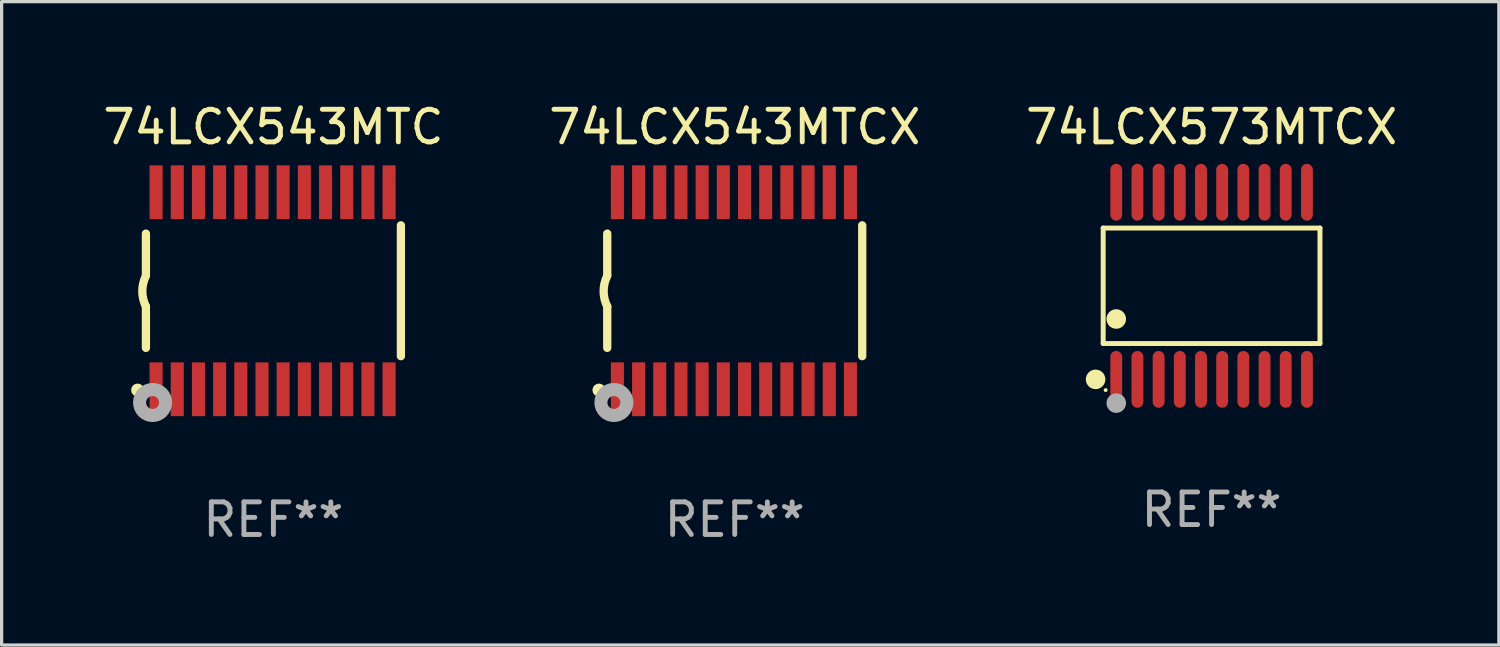
<source format=kicad_pcb>
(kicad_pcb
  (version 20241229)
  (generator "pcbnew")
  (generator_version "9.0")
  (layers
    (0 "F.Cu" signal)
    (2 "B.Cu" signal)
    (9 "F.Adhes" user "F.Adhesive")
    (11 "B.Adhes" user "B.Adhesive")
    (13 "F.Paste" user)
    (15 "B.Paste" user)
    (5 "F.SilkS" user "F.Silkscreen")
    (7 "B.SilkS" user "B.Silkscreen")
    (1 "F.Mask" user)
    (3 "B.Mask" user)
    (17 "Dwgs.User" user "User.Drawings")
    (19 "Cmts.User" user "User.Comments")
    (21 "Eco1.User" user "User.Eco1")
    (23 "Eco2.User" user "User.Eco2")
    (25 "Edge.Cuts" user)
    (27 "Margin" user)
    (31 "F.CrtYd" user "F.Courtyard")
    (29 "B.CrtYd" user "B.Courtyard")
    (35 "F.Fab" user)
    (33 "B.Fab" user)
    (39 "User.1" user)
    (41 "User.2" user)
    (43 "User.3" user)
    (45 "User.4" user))
  (footprint "74LCX543MTC"
    (layer "F.Cu")
    (at 5.339 5.871)
    (property "Reference" "74LCX543MTC" (at 0 -5.023 0) (layer "F.SilkS") (effects (font (size 1 1) (thickness 0.15))))
    (attr through_hole)
    (fp_line (start -3.912 -0.483) (end -3.912 -1.753) (stroke (width 0.254) (type solid)) (layer "F.SilkS"))
    (fp_line (start -3.912 1.753) (end -3.912 0.483) (stroke (width 0.254) (type solid)) (layer "F.SilkS"))
    (fp_line (start 3.912 -2.007) (end 3.912 2.007) (stroke (width 0.254) (type solid)) (layer "F.SilkS"))
    (fp_arc (start -3.911608 0.482601) (mid -4.022537 0.0127) (end -3.911608 -0.457201) (stroke (width 0.254001) (type solid)) (layer "F.SilkS"))
    (fp_circle (center -4.166 3.048) (end -4.066 3.048) (stroke (width 0.2) (type solid)) (fill no) (layer "F.SilkS"))
    (fp_circle (center -3.925 3.186) (end -3.895 3.186) (stroke (width 0.06) (type solid)) (fill no) (layer "F.SilkS"))
    (fp_circle (center -3.708 3.429) (end -3.509 3.429) (stroke (width 0.4) (type solid)) (fill no) (layer "F.Fab"))
    (fp_text user "REF**" (at 0 7.023 0) (layer "F.Fab") (effects (font (size 1 1) (thickness 0.15))))
    (pad "1" smd rect (at -3.6 3.023) (size 0.4 1.65) (layers "F.Cu" "F.Mask" "F.Paste"))
    (pad "2" smd rect (at -2.95 3.023) (size 0.4 1.65) (layers "F.Cu" "F.Mask" "F.Paste"))
    (pad "3" smd rect (at -2.3 3.023) (size 0.4 1.65) (layers "F.Cu" "F.Mask" "F.Paste"))
    (pad "4" smd rect (at -1.65 3.023) (size 0.4 1.65) (layers "F.Cu" "F.Mask" "F.Paste"))
    (pad "5" smd rect (at -1 3.023) (size 0.4 1.65) (layers "F.Cu" "F.Mask" "F.Paste"))
    (pad "6" smd rect (at -0.35 3.023) (size 0.4 1.65) (layers "F.Cu" "F.Mask" "F.Paste"))
    (pad "7" smd rect (at 0.299 3.023) (size 0.4 1.65) (layers "F.Cu" "F.Mask" "F.Paste"))
    (pad "8" smd rect (at 0.95 3.023) (size 0.4 1.65) (layers "F.Cu" "F.Mask" "F.Paste"))
    (pad "9" smd rect (at 1.6 3.023) (size 0.4 1.65) (layers "F.Cu" "F.Mask" "F.Paste"))
    (pad "10" smd rect (at 2.25 3.023) (size 0.4 1.65) (layers "F.Cu" "F.Mask" "F.Paste"))
    (pad "11" smd rect (at 2.9 3.023) (size 0.4 1.65) (layers "F.Cu" "F.Mask" "F.Paste"))
    (pad "12" smd rect (at 3.549 3.023) (size 0.4 1.65) (layers "F.Cu" "F.Mask" "F.Paste"))
    (pad "13" smd rect (at 3.549 -3.023) (size 0.4 1.65) (layers "F.Cu" "F.Mask" "F.Paste"))
    (pad "14" smd rect (at 2.9 -3.023) (size 0.4 1.65) (layers "F.Cu" "F.Mask" "F.Paste"))
    (pad "15" smd rect (at 2.25 -3.023) (size 0.4 1.65) (layers "F.Cu" "F.Mask" "F.Paste"))
    (pad "16" smd rect (at 1.6 -3.023) (size 0.4 1.65) (layers "F.Cu" "F.Mask" "F.Paste"))
    (pad "17" smd rect (at 0.95 -3.023) (size 0.4 1.65) (layers "F.Cu" "F.Mask" "F.Paste"))
    (pad "18" smd rect (at 0.299 -3.023) (size 0.4 1.65) (layers "F.Cu" "F.Mask" "F.Paste"))
    (pad "19" smd rect (at -0.35 -3.023) (size 0.4 1.65) (layers "F.Cu" "F.Mask" "F.Paste"))
    (pad "20" smd rect (at -1 -3.023) (size 0.4 1.65) (layers "F.Cu" "F.Mask" "F.Paste"))
    (pad "21" smd rect (at -1.65 -3.023) (size 0.4 1.65) (layers "F.Cu" "F.Mask" "F.Paste"))
    (pad "22" smd rect (at -2.3 -3.023) (size 0.4 1.65) (layers "F.Cu" "F.Mask" "F.Paste"))
    (pad "23" smd rect (at -2.95 -3.023) (size 0.4 1.65) (layers "F.Cu" "F.Mask" "F.Paste"))
    (pad "24" smd rect (at -3.6 -3.023) (size 0.4 1.65) (layers "F.Cu" "F.Mask" "F.Paste")))
  (footprint "74LCX543MTCX"
    (layer "F.Cu")
    (at 19.494 5.871)
    (property "Reference" "74LCX543MTCX" (at 0 -5.023 0) (layer "F.SilkS") (effects (font (size 1 1) (thickness 0.15))))
    (attr through_hole)
    (fp_line (start -3.912 -0.483) (end -3.912 -1.753) (stroke (width 0.254) (type solid)) (layer "F.SilkS"))
    (fp_line (start -3.912 1.753) (end -3.912 0.483) (stroke (width 0.254) (type solid)) (layer "F.SilkS"))
    (fp_line (start 3.912 -2.007) (end 3.912 2.007) (stroke (width 0.254) (type solid)) (layer "F.SilkS"))
    (fp_arc (start -3.911608 0.482601) (mid -4.022537 0.0127) (end -3.911608 -0.457201) (stroke (width 0.254001) (type solid)) (layer "F.SilkS"))
    (fp_circle (center -4.166 3.048) (end -4.066 3.048) (stroke (width 0.2) (type solid)) (fill no) (layer "F.SilkS"))
    (fp_circle (center -3.925 3.186) (end -3.895 3.186) (stroke (width 0.06) (type solid)) (fill no) (layer "F.SilkS"))
    (fp_circle (center -3.708 3.429) (end -3.509 3.429) (stroke (width 0.4) (type solid)) (fill no) (layer "F.Fab"))
    (fp_text user "REF**" (at 0 7.023 0) (layer "F.Fab") (effects (font (size 1 1) (thickness 0.15))))
    (pad "1" smd rect (at -3.6 3.023) (size 0.4 1.65) (layers "F.Cu" "F.Mask" "F.Paste"))
    (pad "2" smd rect (at -2.95 3.023) (size 0.4 1.65) (layers "F.Cu" "F.Mask" "F.Paste"))
    (pad "3" smd rect (at -2.3 3.023) (size 0.4 1.65) (layers "F.Cu" "F.Mask" "F.Paste"))
    (pad "4" smd rect (at -1.65 3.023) (size 0.4 1.65) (layers "F.Cu" "F.Mask" "F.Paste"))
    (pad "5" smd rect (at -1 3.023) (size 0.4 1.65) (layers "F.Cu" "F.Mask" "F.Paste"))
    (pad "6" smd rect (at -0.35 3.023) (size 0.4 1.65) (layers "F.Cu" "F.Mask" "F.Paste"))
    (pad "7" smd rect (at 0.299 3.023) (size 0.4 1.65) (layers "F.Cu" "F.Mask" "F.Paste"))
    (pad "8" smd rect (at 0.95 3.023) (size 0.4 1.65) (layers "F.Cu" "F.Mask" "F.Paste"))
    (pad "9" smd rect (at 1.6 3.023) (size 0.4 1.65) (layers "F.Cu" "F.Mask" "F.Paste"))
    (pad "10" smd rect (at 2.25 3.023) (size 0.4 1.65) (layers "F.Cu" "F.Mask" "F.Paste"))
    (pad "11" smd rect (at 2.9 3.023) (size 0.4 1.65) (layers "F.Cu" "F.Mask" "F.Paste"))
    (pad "12" smd rect (at 3.549 3.023) (size 0.4 1.65) (layers "F.Cu" "F.Mask" "F.Paste"))
    (pad "13" smd rect (at 3.549 -3.023) (size 0.4 1.65) (layers "F.Cu" "F.Mask" "F.Paste"))
    (pad "14" smd rect (at 2.9 -3.023) (size 0.4 1.65) (layers "F.Cu" "F.Mask" "F.Paste"))
    (pad "15" smd rect (at 2.25 -3.023) (size 0.4 1.65) (layers "F.Cu" "F.Mask" "F.Paste"))
    (pad "16" smd rect (at 1.6 -3.023) (size 0.4 1.65) (layers "F.Cu" "F.Mask" "F.Paste"))
    (pad "17" smd rect (at 0.95 -3.023) (size 0.4 1.65) (layers "F.Cu" "F.Mask" "F.Paste"))
    (pad "18" smd rect (at 0.299 -3.023) (size 0.4 1.65) (layers "F.Cu" "F.Mask" "F.Paste"))
    (pad "19" smd rect (at -0.35 -3.023) (size 0.4 1.65) (layers "F.Cu" "F.Mask" "F.Paste"))
    (pad "20" smd rect (at -1 -3.023) (size 0.4 1.65) (layers "F.Cu" "F.Mask" "F.Paste"))
    (pad "21" smd rect (at -1.65 -3.023) (size 0.4 1.65) (layers "F.Cu" "F.Mask" "F.Paste"))
    (pad "22" smd rect (at -2.3 -3.023) (size 0.4 1.65) (layers "F.Cu" "F.Mask" "F.Paste"))
    (pad "23" smd rect (at -2.95 -3.023) (size 0.4 1.65) (layers "F.Cu" "F.Mask" "F.Paste"))
    (pad "24" smd rect (at -3.6 -3.023) (size 0.4 1.65) (layers "F.Cu" "F.Mask" "F.Paste")))
  (footprint "74LCX573MTCX"
    (layer "F.Cu")
    (at 34.125 5.719)
    (property "Reference" "74LCX573MTCX" (at 0 -4.871 0) (layer "F.SilkS") (effects (font (size 1 1) (thickness 0.15))))
    (attr through_hole)
    (fp_line (start -3.326 -1.771) (end 3.326 -1.771) (stroke (width 0.152) (type solid)) (layer "F.SilkS"))
    (fp_line (start -3.326 1.771) (end -3.326 -1.771) (stroke (width 0.152) (type solid)) (layer "F.SilkS"))
    (fp_line (start 3.326 -1.771) (end 3.326 1.771) (stroke (width 0.152) (type solid)) (layer "F.SilkS"))
    (fp_line (start 3.326 1.771) (end -3.326 1.771) (stroke (width 0.152) (type solid)) (layer "F.SilkS"))
    (fp_circle (center -3.559 2.871) (end -3.409 2.871) (stroke (width 0.3) (type solid)) (fill no) (layer "F.SilkS"))
    (fp_circle (center -3.25 3.2) (end -3.22 3.2) (stroke (width 0.06) (type solid)) (fill no) (layer "F.SilkS"))
    (fp_circle (center -2.925 1.019) (end -2.775 1.019) (stroke (width 0.3) (type solid)) (fill no) (layer "F.SilkS"))
    (fp_circle (center -2.925 3.6) (end -2.775 3.6) (stroke (width 0.3) (type solid)) (fill no) (layer "F.Fab"))
    (fp_text user "REF**" (at 0 6.871 0) (layer "F.Fab") (effects (font (size 1 1) (thickness 0.15))))
    (pad "1" smd oval (at -2.925 2.871) (size 0.364 1.742) (layers "F.Cu" "F.Mask" "F.Paste"))
    (pad "2" smd oval (at -2.275 2.871) (size 0.364 1.742) (layers "F.Cu" "F.Mask" "F.Paste"))
    (pad "3" smd oval (at -1.625 2.871) (size 0.364 1.742) (layers "F.Cu" "F.Mask" "F.Paste"))
    (pad "4" smd oval (at -0.975 2.871) (size 0.364 1.742) (layers "F.Cu" "F.Mask" "F.Paste"))
    (pad "5" smd oval (at -0.325 2.871) (size 0.364 1.742) (layers "F.Cu" "F.Mask" "F.Paste"))
    (pad "6" smd oval (at 0.325 2.871) (size 0.364 1.742) (layers "F.Cu" "F.Mask" "F.Paste"))
    (pad "7" smd oval (at 0.975 2.871) (size 0.364 1.742) (layers "F.Cu" "F.Mask" "F.Paste"))
    (pad "8" smd oval (at 1.625 2.871) (size 0.364 1.742) (layers "F.Cu" "F.Mask" "F.Paste"))
    (pad "9" smd oval (at 2.275 2.871) (size 0.364 1.742) (layers "F.Cu" "F.Mask" "F.Paste"))
    (pad "10" smd oval (at 2.925 2.871) (size 0.364 1.742) (layers "F.Cu" "F.Mask" "F.Paste"))
    (pad "11" smd oval (at 2.925 -2.871) (size 0.364 1.742) (layers "F.Cu" "F.Mask" "F.Paste"))
    (pad "12" smd oval (at 2.275 -2.871) (size 0.364 1.742) (layers "F.Cu" "F.Mask" "F.Paste"))
    (pad "13" smd oval (at 1.625 -2.871) (size 0.364 1.742) (layers "F.Cu" "F.Mask" "F.Paste"))
    (pad "14" smd oval (at 0.975 -2.871) (size 0.364 1.742) (layers "F.Cu" "F.Mask" "F.Paste"))
    (pad "15" smd oval (at 0.325 -2.871) (size 0.364 1.742) (layers "F.Cu" "F.Mask" "F.Paste"))
    (pad "16" smd oval (at -0.325 -2.871) (size 0.364 1.742) (layers "F.Cu" "F.Mask" "F.Paste"))
    (pad "17" smd oval (at -0.975 -2.871) (size 0.364 1.742) (layers "F.Cu" "F.Mask" "F.Paste"))
    (pad "18" smd oval (at -1.625 -2.871) (size 0.364 1.742) (layers "F.Cu" "F.Mask" "F.Paste"))
    (pad "19" smd oval (at -2.275 -2.871) (size 0.364 1.742) (layers "F.Cu" "F.Mask" "F.Paste"))
    (pad "20" smd oval (at -2.925 -2.871) (size 0.364 1.742) (layers "F.Cu" "F.Mask" "F.Paste")))
  (gr_rect
    (start -3 -3)
    (end 42.94 16.742)
    (stroke (width 0.1) (type default))
    (fill no)
    (layer "Edge.Cuts")))
</source>
